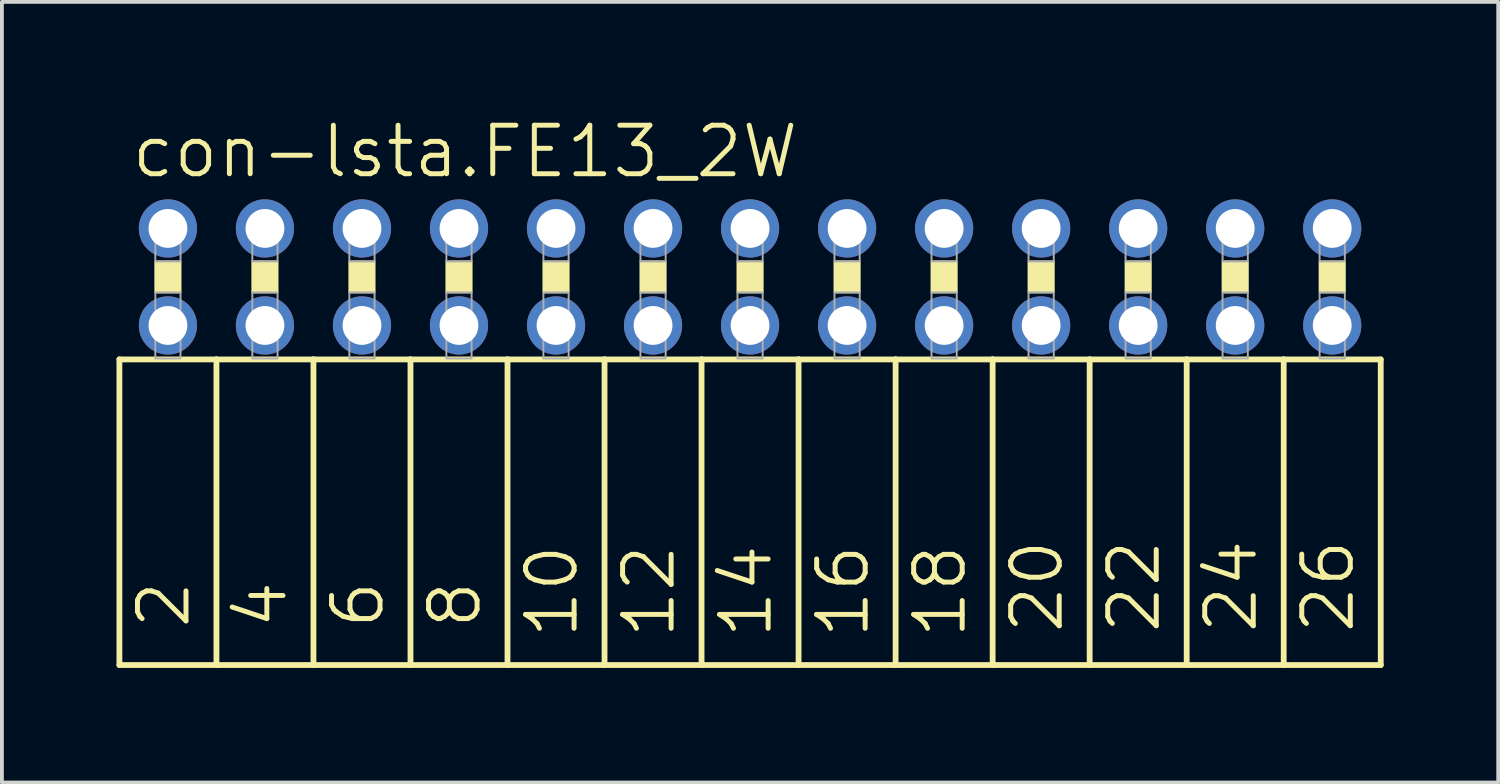
<source format=kicad_pcb>
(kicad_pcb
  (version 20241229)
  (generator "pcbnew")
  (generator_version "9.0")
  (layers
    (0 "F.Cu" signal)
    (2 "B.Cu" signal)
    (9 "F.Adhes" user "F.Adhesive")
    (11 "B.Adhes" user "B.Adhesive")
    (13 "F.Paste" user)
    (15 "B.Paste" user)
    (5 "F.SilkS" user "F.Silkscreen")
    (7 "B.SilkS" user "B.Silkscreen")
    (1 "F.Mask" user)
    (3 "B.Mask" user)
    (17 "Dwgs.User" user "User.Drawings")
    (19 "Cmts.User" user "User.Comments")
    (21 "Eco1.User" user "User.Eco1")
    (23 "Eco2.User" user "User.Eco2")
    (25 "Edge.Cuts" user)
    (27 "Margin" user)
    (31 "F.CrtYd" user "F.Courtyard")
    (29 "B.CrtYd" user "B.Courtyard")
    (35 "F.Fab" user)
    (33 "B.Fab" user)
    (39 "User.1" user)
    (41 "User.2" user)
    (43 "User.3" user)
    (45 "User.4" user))
  (footprint "con-lsta.FE13_2W"
    (layer "F.Cu")
    (at 16.586 4.2)
    (property "Reference" "con-lsta.FE13_2W" (at -16.256 -2.54 0) (layer "F.SilkS") (effects (font (size 1.27 1.27) (thickness 0.13)) (justify left bottom)))
    (attr through_hole)
    (fp_line (start -16.51 2.159) (end -16.51 10.16) (stroke (width 0.152) (type default)) (layer "F.SilkS"))
    (fp_line (start -16.51 2.159) (end -13.97 2.159) (stroke (width 0.152) (type default)) (layer "F.SilkS"))
    (fp_line (start -13.97 2.159) (end -13.97 10.16) (stroke (width 0.152) (type default)) (layer "F.SilkS"))
    (fp_line (start -13.97 2.159) (end -11.43 2.159) (stroke (width 0.152) (type default)) (layer "F.SilkS"))
    (fp_line (start -13.97 10.16) (end -16.51 10.16) (stroke (width 0.152) (type default)) (layer "F.SilkS"))
    (fp_line (start -11.43 2.159) (end -11.43 10.16) (stroke (width 0.152) (type default)) (layer "F.SilkS"))
    (fp_line (start -11.43 2.159) (end -8.89 2.159) (stroke (width 0.152) (type default)) (layer "F.SilkS"))
    (fp_line (start -11.43 10.16) (end -13.97 10.16) (stroke (width 0.152) (type default)) (layer "F.SilkS"))
    (fp_line (start -8.89 2.159) (end -8.89 10.16) (stroke (width 0.152) (type default)) (layer "F.SilkS"))
    (fp_line (start -8.89 10.16) (end -11.43 10.16) (stroke (width 0.152) (type default)) (layer "F.SilkS"))
    (fp_line (start -6.35 2.159) (end -8.89 2.159) (stroke (width 0.152) (type default)) (layer "F.SilkS"))
    (fp_line (start -6.35 2.159) (end -6.35 10.16) (stroke (width 0.152) (type default)) (layer "F.SilkS"))
    (fp_line (start -6.35 2.159) (end -3.81 2.159) (stroke (width 0.152) (type default)) (layer "F.SilkS"))
    (fp_line (start -6.35 10.16) (end -8.89 10.16) (stroke (width 0.152) (type default)) (layer "F.SilkS"))
    (fp_line (start -3.81 2.159) (end -3.81 10.16) (stroke (width 0.152) (type default)) (layer "F.SilkS"))
    (fp_line (start -3.81 2.159) (end -1.27 2.159) (stroke (width 0.152) (type default)) (layer "F.SilkS"))
    (fp_line (start -3.81 10.16) (end -6.35 10.16) (stroke (width 0.152) (type default)) (layer "F.SilkS"))
    (fp_line (start -1.27 2.159) (end -1.27 10.16) (stroke (width 0.152) (type default)) (layer "F.SilkS"))
    (fp_line (start -1.27 2.159) (end 1.27 2.159) (stroke (width 0.152) (type default)) (layer "F.SilkS"))
    (fp_line (start -1.27 10.16) (end -3.81 10.16) (stroke (width 0.152) (type default)) (layer "F.SilkS"))
    (fp_line (start 1.27 2.159) (end 1.27 10.16) (stroke (width 0.152) (type default)) (layer "F.SilkS"))
    (fp_line (start 1.27 2.159) (end 3.81 2.159) (stroke (width 0.152) (type default)) (layer "F.SilkS"))
    (fp_line (start 1.27 10.16) (end -1.27 10.16) (stroke (width 0.152) (type default)) (layer "F.SilkS"))
    (fp_line (start 3.81 2.159) (end 3.81 10.16) (stroke (width 0.152) (type default)) (layer "F.SilkS"))
    (fp_line (start 3.81 10.16) (end 1.27 10.16) (stroke (width 0.152) (type default)) (layer "F.SilkS"))
    (fp_line (start 6.35 2.159) (end 3.81 2.159) (stroke (width 0.152) (type default)) (layer "F.SilkS"))
    (fp_line (start 6.35 2.159) (end 6.35 10.16) (stroke (width 0.152) (type default)) (layer "F.SilkS"))
    (fp_line (start 6.35 2.159) (end 8.89 2.159) (stroke (width 0.152) (type default)) (layer "F.SilkS"))
    (fp_line (start 6.35 10.16) (end 3.81 10.16) (stroke (width 0.152) (type default)) (layer "F.SilkS"))
    (fp_line (start 8.89 2.159) (end 8.89 10.16) (stroke (width 0.152) (type default)) (layer "F.SilkS"))
    (fp_line (start 8.89 2.159) (end 11.43 2.159) (stroke (width 0.152) (type default)) (layer "F.SilkS"))
    (fp_line (start 8.89 10.16) (end 6.35 10.16) (stroke (width 0.152) (type default)) (layer "F.SilkS"))
    (fp_line (start 11.43 2.159) (end 11.43 10.16) (stroke (width 0.152) (type default)) (layer "F.SilkS"))
    (fp_line (start 11.43 2.159) (end 13.97 2.159) (stroke (width 0.152) (type default)) (layer "F.SilkS"))
    (fp_line (start 11.43 10.16) (end 8.89 10.16) (stroke (width 0.152) (type default)) (layer "F.SilkS"))
    (fp_line (start 13.97 2.159) (end 13.97 10.16) (stroke (width 0.152) (type default)) (layer "F.SilkS"))
    (fp_line (start 13.97 2.159) (end 16.51 2.159) (stroke (width 0.152) (type default)) (layer "F.SilkS"))
    (fp_line (start 13.97 10.16) (end 11.43 10.16) (stroke (width 0.152) (type default)) (layer "F.SilkS"))
    (fp_line (start 16.51 2.159) (end 16.51 10.16) (stroke (width 0.152) (type default)) (layer "F.SilkS"))
    (fp_line (start 16.51 10.16) (end 13.97 10.16) (stroke (width 0.152) (type default)) (layer "F.SilkS"))
    (fp_rect (start -15.57 0.406) (end -14.91 -0.406) (stroke (width 0.05) (type default)) (fill yes) (layer "F.SilkS"))
    (fp_rect (start -13.03 0.406) (end -12.37 -0.406) (stroke (width 0.05) (type default)) (fill yes) (layer "F.SilkS"))
    (fp_rect (start -10.49 0.406) (end -9.83 -0.406) (stroke (width 0.05) (type default)) (fill yes) (layer "F.SilkS"))
    (fp_rect (start -7.95 0.406) (end -7.29 -0.406) (stroke (width 0.05) (type default)) (fill yes) (layer "F.SilkS"))
    (fp_rect (start -5.41 0.406) (end -4.75 -0.406) (stroke (width 0.05) (type default)) (fill yes) (layer "F.SilkS"))
    (fp_rect (start -2.87 0.406) (end -2.21 -0.406) (stroke (width 0.05) (type default)) (fill yes) (layer "F.SilkS"))
    (fp_rect (start -0.33 0.406) (end 0.33 -0.406) (stroke (width 0.05) (type default)) (fill yes) (layer "F.SilkS"))
    (fp_rect (start 2.21 0.406) (end 2.87 -0.406) (stroke (width 0.05) (type default)) (fill yes) (layer "F.SilkS"))
    (fp_rect (start 4.75 0.406) (end 5.41 -0.406) (stroke (width 0.05) (type default)) (fill yes) (layer "F.SilkS"))
    (fp_rect (start 7.29 0.406) (end 7.95 -0.406) (stroke (width 0.05) (type default)) (fill yes) (layer "F.SilkS"))
    (fp_rect (start 9.83 0.406) (end 10.49 -0.406) (stroke (width 0.05) (type default)) (fill yes) (layer "F.SilkS"))
    (fp_rect (start 12.37 0.406) (end 13.03 -0.406) (stroke (width 0.05) (type default)) (fill yes) (layer "F.SilkS"))
    (fp_rect (start 14.91 0.406) (end 15.57 -0.406) (stroke (width 0.05) (type default)) (fill yes) (layer "F.SilkS"))
    (fp_rect (start -15.57 -0.406) (end -14.91 -1.575) (stroke (width 0.05) (type default)) (fill no) (layer "F.Fab"))
    (fp_rect (start -15.57 2.134) (end -14.91 0.406) (stroke (width 0.05) (type default)) (fill no) (layer "F.Fab"))
    (fp_rect (start -13.03 -0.406) (end -12.37 -1.575) (stroke (width 0.05) (type default)) (fill no) (layer "F.Fab"))
    (fp_rect (start -13.03 2.134) (end -12.37 0.406) (stroke (width 0.05) (type default)) (fill no) (layer "F.Fab"))
    (fp_rect (start -10.49 -0.406) (end -9.83 -1.575) (stroke (width 0.05) (type default)) (fill no) (layer "F.Fab"))
    (fp_rect (start -10.49 2.134) (end -9.83 0.406) (stroke (width 0.05) (type default)) (fill no) (layer "F.Fab"))
    (fp_rect (start -7.95 -0.406) (end -7.29 -1.575) (stroke (width 0.05) (type default)) (fill no) (layer "F.Fab"))
    (fp_rect (start -7.95 2.134) (end -7.29 0.406) (stroke (width 0.05) (type default)) (fill no) (layer "F.Fab"))
    (fp_rect (start -5.41 -0.406) (end -4.75 -1.575) (stroke (width 0.05) (type default)) (fill no) (layer "F.Fab"))
    (fp_rect (start -5.41 2.134) (end -4.75 0.406) (stroke (width 0.05) (type default)) (fill no) (layer "F.Fab"))
    (fp_rect (start -2.87 -0.406) (end -2.21 -1.575) (stroke (width 0.05) (type default)) (fill no) (layer "F.Fab"))
    (fp_rect (start -2.87 2.134) (end -2.21 0.406) (stroke (width 0.05) (type default)) (fill no) (layer "F.Fab"))
    (fp_rect (start -0.33 -0.406) (end 0.33 -1.575) (stroke (width 0.05) (type default)) (fill no) (layer "F.Fab"))
    (fp_rect (start -0.33 2.134) (end 0.33 0.406) (stroke (width 0.05) (type default)) (fill no) (layer "F.Fab"))
    (fp_rect (start 2.21 -0.406) (end 2.87 -1.575) (stroke (width 0.05) (type default)) (fill no) (layer "F.Fab"))
    (fp_rect (start 2.21 2.134) (end 2.87 0.406) (stroke (width 0.05) (type default)) (fill no) (layer "F.Fab"))
    (fp_rect (start 4.75 -0.406) (end 5.41 -1.575) (stroke (width 0.05) (type default)) (fill no) (layer "F.Fab"))
    (fp_rect (start 4.75 2.134) (end 5.41 0.406) (stroke (width 0.05) (type default)) (fill no) (layer "F.Fab"))
    (fp_rect (start 7.29 -0.406) (end 7.95 -1.575) (stroke (width 0.05) (type default)) (fill no) (layer "F.Fab"))
    (fp_rect (start 7.29 2.134) (end 7.95 0.406) (stroke (width 0.05) (type default)) (fill no) (layer "F.Fab"))
    (fp_rect (start 9.83 -0.406) (end 10.49 -1.575) (stroke (width 0.05) (type default)) (fill no) (layer "F.Fab"))
    (fp_rect (start 9.83 2.134) (end 10.49 0.406) (stroke (width 0.05) (type default)) (fill no) (layer "F.Fab"))
    (fp_rect (start 12.37 -0.406) (end 13.03 -1.575) (stroke (width 0.05) (type default)) (fill no) (layer "F.Fab"))
    (fp_rect (start 12.37 2.134) (end 13.03 0.406) (stroke (width 0.05) (type default)) (fill no) (layer "F.Fab"))
    (fp_rect (start 14.91 -0.406) (end 15.57 -1.575) (stroke (width 0.05) (type default)) (fill no) (layer "F.Fab"))
    (fp_rect (start 14.91 2.134) (end 15.57 0.406) (stroke (width 0.05) (type default)) (fill no) (layer "F.Fab"))
    (fp_text user "20" (at 8.255 9.398 90) (layer "F.SilkS") (effects (font (size 1.27 1.27) (thickness 0.13)) (justify left bottom)))
    (fp_text user "10" (at -4.445 9.525 90) (layer "F.SilkS") (effects (font (size 1.27 1.27) (thickness 0.13)) (justify left bottom)))
    (fp_text user "18" (at 5.715 9.525 90) (layer "F.SilkS") (effects (font (size 1.27 1.27) (thickness 0.13)) (justify left bottom)))
    (fp_text user "22" (at 10.795 9.398 90) (layer "F.SilkS") (effects (font (size 1.27 1.27) (thickness 0.13)) (justify left bottom)))
    (fp_text user "2" (at -14.605 9.271 90) (layer "F.SilkS") (effects (font (size 1.27 1.27) (thickness 0.13)) (justify left bottom)))
    (fp_text user "8" (at -6.985 9.271 90) (layer "F.SilkS") (effects (font (size 1.27 1.27) (thickness 0.13)) (justify left bottom)))
    (fp_text user "26" (at 15.875 9.398 90) (layer "F.SilkS") (effects (font (size 1.27 1.27) (thickness 0.13)) (justify left bottom)))
    (fp_text user "6" (at -9.525 9.271 90) (layer "F.SilkS") (effects (font (size 1.27 1.27) (thickness 0.13)) (justify left bottom)))
    (fp_text user "4" (at -12.065 9.271 90) (layer "F.SilkS") (effects (font (size 1.27 1.27) (thickness 0.13)) (justify left bottom)))
    (fp_text user "16" (at 3.175 9.525 90) (layer "F.SilkS") (effects (font (size 1.27 1.27) (thickness 0.13)) (justify left bottom)))
    (fp_text user "12" (at -1.905 9.525 90) (layer "F.SilkS") (effects (font (size 1.27 1.27) (thickness 0.13)) (justify left bottom)))
    (fp_text user "14" (at 0.635 9.525 90) (layer "F.SilkS") (effects (font (size 1.27 1.27) (thickness 0.13)) (justify left bottom)))
    (fp_text user "24" (at 13.335 9.398 90) (layer "F.SilkS") (effects (font (size 1.27 1.27) (thickness 0.13)) (justify left bottom)))
    (pad "1" thru_hole circle (at -15.24 -1.27) (size 1.524 1.524) (drill 1.016) (layers "*.Cu" "*.Mask"))
    (pad "2" thru_hole circle (at -15.24 1.27) (size 1.524 1.524) (drill 1.016) (layers "*.Cu" "*.Mask"))
    (pad "3" thru_hole circle (at -12.7 -1.27) (size 1.524 1.524) (drill 1.016) (layers "*.Cu" "*.Mask"))
    (pad "4" thru_hole circle (at -12.7 1.27) (size 1.524 1.524) (drill 1.016) (layers "*.Cu" "*.Mask"))
    (pad "5" thru_hole circle (at -10.16 -1.27) (size 1.524 1.524) (drill 1.016) (layers "*.Cu" "*.Mask"))
    (pad "6" thru_hole circle (at -10.16 1.27) (size 1.524 1.524) (drill 1.016) (layers "*.Cu" "*.Mask"))
    (pad "7" thru_hole circle (at -7.62 -1.27) (size 1.524 1.524) (drill 1.016) (layers "*.Cu" "*.Mask"))
    (pad "8" thru_hole circle (at -7.62 1.27) (size 1.524 1.524) (drill 1.016) (layers "*.Cu" "*.Mask"))
    (pad "9" thru_hole circle (at -5.08 -1.27) (size 1.524 1.524) (drill 1.016) (layers "*.Cu" "*.Mask"))
    (pad "10" thru_hole circle (at -5.08 1.27) (size 1.524 1.524) (drill 1.016) (layers "*.Cu" "*.Mask"))
    (pad "11" thru_hole circle (at -2.54 -1.27) (size 1.524 1.524) (drill 1.016) (layers "*.Cu" "*.Mask"))
    (pad "12" thru_hole circle (at -2.54 1.27) (size 1.524 1.524) (drill 1.016) (layers "*.Cu" "*.Mask"))
    (pad "13" thru_hole circle (at 0 -1.27) (size 1.524 1.524) (drill 1.016) (layers "*.Cu" "*.Mask"))
    (pad "14" thru_hole circle (at 0 1.27) (size 1.524 1.524) (drill 1.016) (layers "*.Cu" "*.Mask"))
    (pad "15" thru_hole circle (at 2.54 -1.27) (size 1.524 1.524) (drill 1.016) (layers "*.Cu" "*.Mask"))
    (pad "16" thru_hole circle (at 2.54 1.27) (size 1.524 1.524) (drill 1.016) (layers "*.Cu" "*.Mask"))
    (pad "17" thru_hole circle (at 5.08 -1.27) (size 1.524 1.524) (drill 1.016) (layers "*.Cu" "*.Mask"))
    (pad "18" thru_hole circle (at 5.08 1.27) (size 1.524 1.524) (drill 1.016) (layers "*.Cu" "*.Mask"))
    (pad "19" thru_hole circle (at 7.62 -1.27) (size 1.524 1.524) (drill 1.016) (layers "*.Cu" "*.Mask"))
    (pad "20" thru_hole circle (at 7.62 1.27) (size 1.524 1.524) (drill 1.016) (layers "*.Cu" "*.Mask"))
    (pad "21" thru_hole circle (at 10.16 -1.27) (size 1.524 1.524) (drill 1.016) (layers "*.Cu" "*.Mask"))
    (pad "22" thru_hole circle (at 10.16 1.27) (size 1.524 1.524) (drill 1.016) (layers "*.Cu" "*.Mask"))
    (pad "23" thru_hole circle (at 12.7 -1.27) (size 1.524 1.524) (drill 1.016) (layers "*.Cu" "*.Mask"))
    (pad "24" thru_hole circle (at 12.7 1.27) (size 1.524 1.524) (drill 1.016) (layers "*.Cu" "*.Mask"))
    (pad "25" thru_hole circle (at 15.24 -1.27) (size 1.524 1.524) (drill 1.016) (layers "*.Cu" "*.Mask"))
    (pad "26" thru_hole circle (at 15.24 1.27) (size 1.524 1.524) (drill 1.016) (layers "*.Cu" "*.Mask")))
  (gr_rect
    (start -3 -3)
    (end 36.172 17.436)
    (stroke (width 0.1) (type default))
    (fill no)
    (layer "Edge.Cuts")))
</source>
